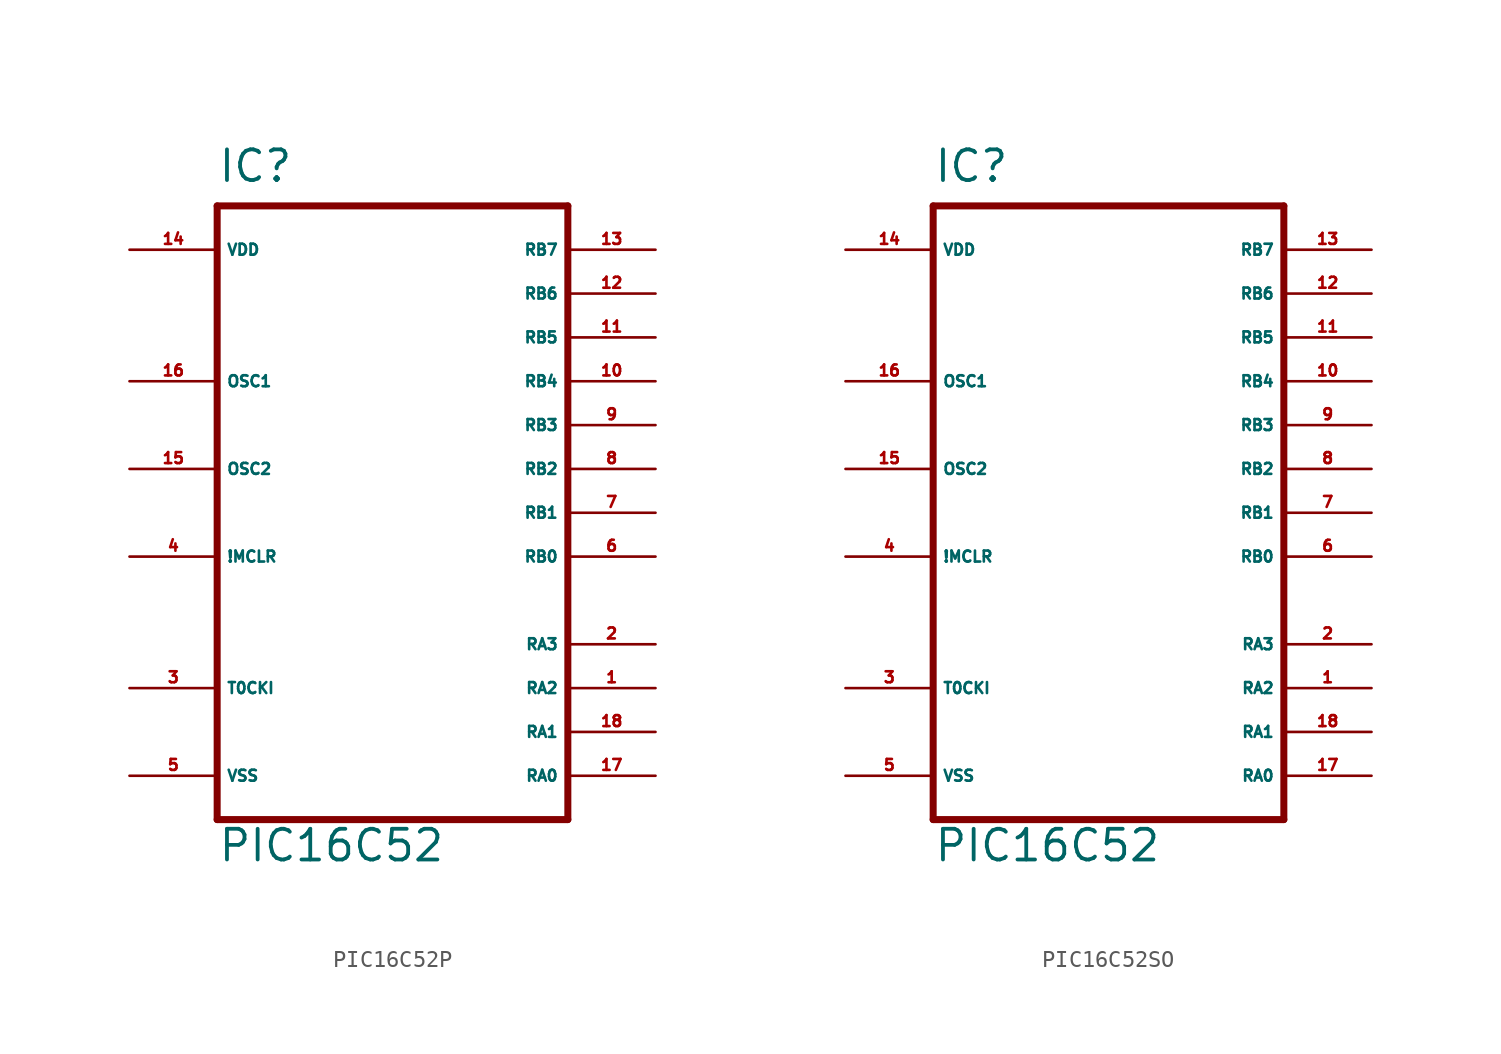
<source format=kicad_sym>
(kicad_symbol_lib
  (version 20220914)
  (generator Eagle2Kicad)
  (symbol "PIC16C52P"
    (property "Reference" "IC"
      (at -10.16 21.59 0)
      (effects (font (size 1.778 1.778) (thickness 0.22)) (justify left bottom)))
    (property "Value" "PIC16C52"
      (at -10.16 -17.78 0)
      (effects (font (size 1.778 1.778) (thickness 0.22)) (justify left bottom)))
    (polyline
      (pts (xy -10.16 20.32) (xy 10.16 20.32))
      (stroke (width 0.406) (type default))
      (fill (type none)))
    (polyline
      (pts (xy 10.16 20.32) (xy 10.16 -15.24))
      (stroke (width 0.406) (type default))
      (fill (type none)))
    (polyline
      (pts (xy 10.16 -15.24) (xy -10.16 -15.24))
      (stroke (width 0.406) (type default))
      (fill (type none)))
    (polyline
      (pts (xy -10.16 -15.24) (xy -10.16 20.32))
      (stroke (width 0.406) (type default))
      (fill (type none)))
    (pin input line
      (at -15.24 -7.62 0)
      (length 5.08)
      (name "T0CKI" (effects (font (size 0.635 0.635) (thickness 0.08)) (justify left bottom)))
      (number "3" (effects (font (size 0.635 0.635) (thickness 0.08)) (justify left bottom))))
    (pin input line
      (at -15.24 0 0)
      (length 5.08)
      (name "!MCLR" (effects (font (size 0.635 0.635) (thickness 0.08)) (justify left bottom)))
      (number "4" (effects (font (size 0.635 0.635) (thickness 0.08)) (justify left bottom))))
    (pin input line
      (at -15.24 10.16 0)
      (length 5.08)
      (name "OSC1" (effects (font (size 0.635 0.635) (thickness 0.08)) (justify left bottom)))
      (number "16" (effects (font (size 0.635 0.635) (thickness 0.08)) (justify left bottom))))
    (pin bidirectional line
      (at 15.24 -12.7 180)
      (length 5.08)
      (name "RA0" (effects (font (size 0.635 0.635) (thickness 0.08)) (justify left bottom)))
      (number "17" (effects (font (size 0.635 0.635) (thickness 0.08)) (justify left bottom))))
    (pin bidirectional line
      (at 15.24 -10.16 180)
      (length 5.08)
      (name "RA1" (effects (font (size 0.635 0.635) (thickness 0.08)) (justify left bottom)))
      (number "18" (effects (font (size 0.635 0.635) (thickness 0.08)) (justify left bottom))))
    (pin bidirectional line
      (at 15.24 -7.62 180)
      (length 5.08)
      (name "RA2" (effects (font (size 0.635 0.635) (thickness 0.08)) (justify left bottom)))
      (number "1" (effects (font (size 0.635 0.635) (thickness 0.08)) (justify left bottom))))
    (pin bidirectional line
      (at 15.24 -5.08 180)
      (length 5.08)
      (name "RA3" (effects (font (size 0.635 0.635) (thickness 0.08)) (justify left bottom)))
      (number "2" (effects (font (size 0.635 0.635) (thickness 0.08)) (justify left bottom))))
    (pin bidirectional line
      (at 15.24 0 180)
      (length 5.08)
      (name "RB0" (effects (font (size 0.635 0.635) (thickness 0.08)) (justify left bottom)))
      (number "6" (effects (font (size 0.635 0.635) (thickness 0.08)) (justify left bottom))))
    (pin bidirectional line
      (at 15.24 2.54 180)
      (length 5.08)
      (name "RB1" (effects (font (size 0.635 0.635) (thickness 0.08)) (justify left bottom)))
      (number "7" (effects (font (size 0.635 0.635) (thickness 0.08)) (justify left bottom))))
    (pin bidirectional line
      (at 15.24 5.08 180)
      (length 5.08)
      (name "RB2" (effects (font (size 0.635 0.635) (thickness 0.08)) (justify left bottom)))
      (number "8" (effects (font (size 0.635 0.635) (thickness 0.08)) (justify left bottom))))
    (pin bidirectional line
      (at 15.24 7.62 180)
      (length 5.08)
      (name "RB3" (effects (font (size 0.635 0.635) (thickness 0.08)) (justify left bottom)))
      (number "9" (effects (font (size 0.635 0.635) (thickness 0.08)) (justify left bottom))))
    (pin bidirectional line
      (at 15.24 10.16 180)
      (length 5.08)
      (name "RB4" (effects (font (size 0.635 0.635) (thickness 0.08)) (justify left bottom)))
      (number "10" (effects (font (size 0.635 0.635) (thickness 0.08)) (justify left bottom))))
    (pin bidirectional line
      (at 15.24 12.7 180)
      (length 5.08)
      (name "RB5" (effects (font (size 0.635 0.635) (thickness 0.08)) (justify left bottom)))
      (number "11" (effects (font (size 0.635 0.635) (thickness 0.08)) (justify left bottom))))
    (pin bidirectional line
      (at 15.24 15.24 180)
      (length 5.08)
      (name "RB6" (effects (font (size 0.635 0.635) (thickness 0.08)) (justify left bottom)))
      (number "12" (effects (font (size 0.635 0.635) (thickness 0.08)) (justify left bottom))))
    (pin bidirectional line
      (at 15.24 17.78 180)
      (length 5.08)
      (name "RB7" (effects (font (size 0.635 0.635) (thickness 0.08)) (justify left bottom)))
      (number "13" (effects (font (size 0.635 0.635) (thickness 0.08)) (justify left bottom))))
    (pin output line
      (at -15.24 5.08 0)
      (length 5.08)
      (name "OSC2" (effects (font (size 0.635 0.635) (thickness 0.08)) (justify left bottom)))
      (number "15" (effects (font (size 0.635 0.635) (thickness 0.08)) (justify left bottom))))
    (pin unspecified line
      (at -15.24 -12.7 0)
      (length 5.08)
      (name "VSS" (effects (font (size 0.635 0.635) (thickness 0.08)) (justify left bottom)))
      (number "5" (effects (font (size 0.635 0.635) (thickness 0.08)) (justify left bottom))))
    (pin unspecified line
      (at -15.24 17.78 0)
      (length 5.08)
      (name "VDD" (effects (font (size 0.635 0.635) (thickness 0.08)) (justify left bottom)))
      (number "14" (effects (font (size 0.635 0.635) (thickness 0.08)) (justify left bottom)))))
  (symbol "PIC16C52SO"
    (property "Reference" "IC"
      (at -10.16 21.59 0)
      (effects (font (size 1.778 1.778) (thickness 0.22)) (justify left bottom)))
    (property "Value" "PIC16C52"
      (at -10.16 -17.78 0)
      (effects (font (size 1.778 1.778) (thickness 0.22)) (justify left bottom)))
    (polyline
      (pts (xy -10.16 20.32) (xy 10.16 20.32))
      (stroke (width 0.406) (type default))
      (fill (type none)))
    (polyline
      (pts (xy 10.16 20.32) (xy 10.16 -15.24))
      (stroke (width 0.406) (type default))
      (fill (type none)))
    (polyline
      (pts (xy 10.16 -15.24) (xy -10.16 -15.24))
      (stroke (width 0.406) (type default))
      (fill (type none)))
    (polyline
      (pts (xy -10.16 -15.24) (xy -10.16 20.32))
      (stroke (width 0.406) (type default))
      (fill (type none)))
    (pin input line
      (at -15.24 -7.62 0)
      (length 5.08)
      (name "T0CKI" (effects (font (size 0.635 0.635) (thickness 0.08)) (justify left bottom)))
      (number "3" (effects (font (size 0.635 0.635) (thickness 0.08)) (justify left bottom))))
    (pin input line
      (at -15.24 0 0)
      (length 5.08)
      (name "!MCLR" (effects (font (size 0.635 0.635) (thickness 0.08)) (justify left bottom)))
      (number "4" (effects (font (size 0.635 0.635) (thickness 0.08)) (justify left bottom))))
    (pin input line
      (at -15.24 10.16 0)
      (length 5.08)
      (name "OSC1" (effects (font (size 0.635 0.635) (thickness 0.08)) (justify left bottom)))
      (number "16" (effects (font (size 0.635 0.635) (thickness 0.08)) (justify left bottom))))
    (pin bidirectional line
      (at 15.24 -12.7 180)
      (length 5.08)
      (name "RA0" (effects (font (size 0.635 0.635) (thickness 0.08)) (justify left bottom)))
      (number "17" (effects (font (size 0.635 0.635) (thickness 0.08)) (justify left bottom))))
    (pin bidirectional line
      (at 15.24 -10.16 180)
      (length 5.08)
      (name "RA1" (effects (font (size 0.635 0.635) (thickness 0.08)) (justify left bottom)))
      (number "18" (effects (font (size 0.635 0.635) (thickness 0.08)) (justify left bottom))))
    (pin bidirectional line
      (at 15.24 -7.62 180)
      (length 5.08)
      (name "RA2" (effects (font (size 0.635 0.635) (thickness 0.08)) (justify left bottom)))
      (number "1" (effects (font (size 0.635 0.635) (thickness 0.08)) (justify left bottom))))
    (pin bidirectional line
      (at 15.24 -5.08 180)
      (length 5.08)
      (name "RA3" (effects (font (size 0.635 0.635) (thickness 0.08)) (justify left bottom)))
      (number "2" (effects (font (size 0.635 0.635) (thickness 0.08)) (justify left bottom))))
    (pin bidirectional line
      (at 15.24 0 180)
      (length 5.08)
      (name "RB0" (effects (font (size 0.635 0.635) (thickness 0.08)) (justify left bottom)))
      (number "6" (effects (font (size 0.635 0.635) (thickness 0.08)) (justify left bottom))))
    (pin bidirectional line
      (at 15.24 2.54 180)
      (length 5.08)
      (name "RB1" (effects (font (size 0.635 0.635) (thickness 0.08)) (justify left bottom)))
      (number "7" (effects (font (size 0.635 0.635) (thickness 0.08)) (justify left bottom))))
    (pin bidirectional line
      (at 15.24 5.08 180)
      (length 5.08)
      (name "RB2" (effects (font (size 0.635 0.635) (thickness 0.08)) (justify left bottom)))
      (number "8" (effects (font (size 0.635 0.635) (thickness 0.08)) (justify left bottom))))
    (pin bidirectional line
      (at 15.24 7.62 180)
      (length 5.08)
      (name "RB3" (effects (font (size 0.635 0.635) (thickness 0.08)) (justify left bottom)))
      (number "9" (effects (font (size 0.635 0.635) (thickness 0.08)) (justify left bottom))))
    (pin bidirectional line
      (at 15.24 10.16 180)
      (length 5.08)
      (name "RB4" (effects (font (size 0.635 0.635) (thickness 0.08)) (justify left bottom)))
      (number "10" (effects (font (size 0.635 0.635) (thickness 0.08)) (justify left bottom))))
    (pin bidirectional line
      (at 15.24 12.7 180)
      (length 5.08)
      (name "RB5" (effects (font (size 0.635 0.635) (thickness 0.08)) (justify left bottom)))
      (number "11" (effects (font (size 0.635 0.635) (thickness 0.08)) (justify left bottom))))
    (pin bidirectional line
      (at 15.24 15.24 180)
      (length 5.08)
      (name "RB6" (effects (font (size 0.635 0.635) (thickness 0.08)) (justify left bottom)))
      (number "12" (effects (font (size 0.635 0.635) (thickness 0.08)) (justify left bottom))))
    (pin bidirectional line
      (at 15.24 17.78 180)
      (length 5.08)
      (name "RB7" (effects (font (size 0.635 0.635) (thickness 0.08)) (justify left bottom)))
      (number "13" (effects (font (size 0.635 0.635) (thickness 0.08)) (justify left bottom))))
    (pin output line
      (at -15.24 5.08 0)
      (length 5.08)
      (name "OSC2" (effects (font (size 0.635 0.635) (thickness 0.08)) (justify left bottom)))
      (number "15" (effects (font (size 0.635 0.635) (thickness 0.08)) (justify left bottom))))
    (pin unspecified line
      (at -15.24 -12.7 0)
      (length 5.08)
      (name "VSS" (effects (font (size 0.635 0.635) (thickness 0.08)) (justify left bottom)))
      (number "5" (effects (font (size 0.635 0.635) (thickness 0.08)) (justify left bottom))))
    (pin unspecified line
      (at -15.24 17.78 0)
      (length 5.08)
      (name "VDD" (effects (font (size 0.635 0.635) (thickness 0.08)) (justify left bottom)))
      (number "14" (effects (font (size 0.635 0.635) (thickness 0.08)) (justify left bottom))))))
</source>
